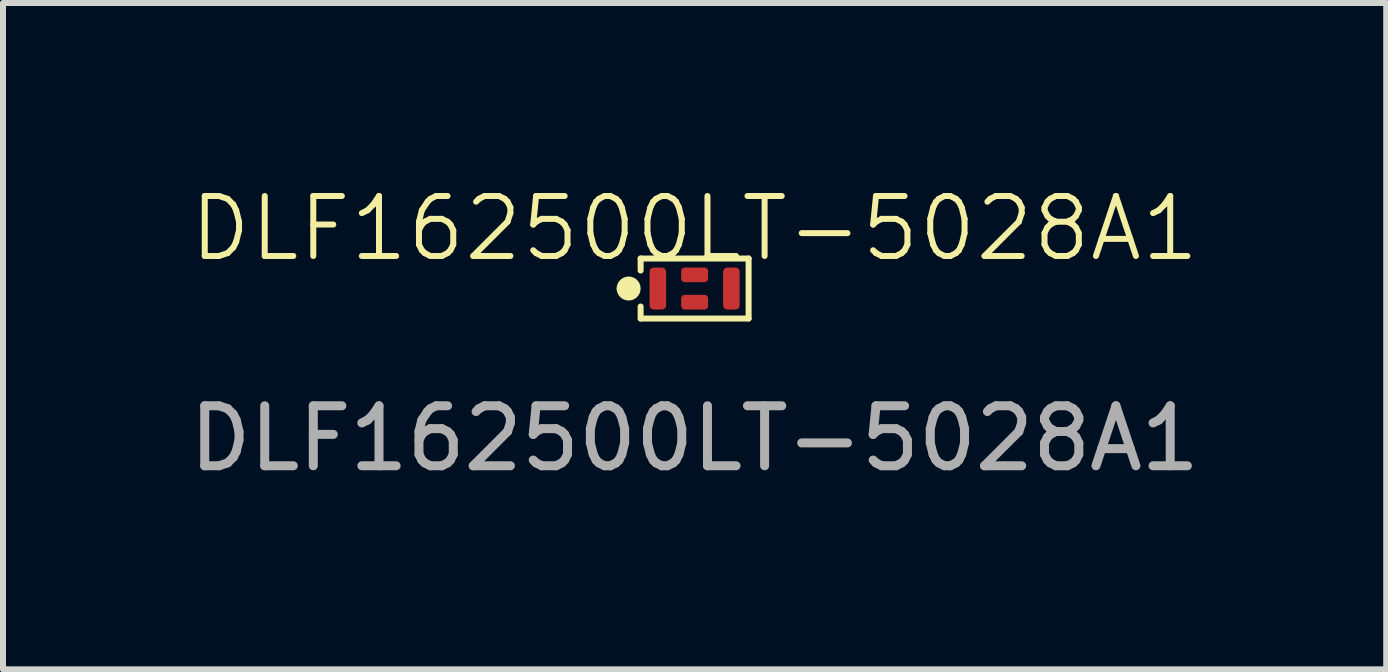
<source format=kicad_pcb>
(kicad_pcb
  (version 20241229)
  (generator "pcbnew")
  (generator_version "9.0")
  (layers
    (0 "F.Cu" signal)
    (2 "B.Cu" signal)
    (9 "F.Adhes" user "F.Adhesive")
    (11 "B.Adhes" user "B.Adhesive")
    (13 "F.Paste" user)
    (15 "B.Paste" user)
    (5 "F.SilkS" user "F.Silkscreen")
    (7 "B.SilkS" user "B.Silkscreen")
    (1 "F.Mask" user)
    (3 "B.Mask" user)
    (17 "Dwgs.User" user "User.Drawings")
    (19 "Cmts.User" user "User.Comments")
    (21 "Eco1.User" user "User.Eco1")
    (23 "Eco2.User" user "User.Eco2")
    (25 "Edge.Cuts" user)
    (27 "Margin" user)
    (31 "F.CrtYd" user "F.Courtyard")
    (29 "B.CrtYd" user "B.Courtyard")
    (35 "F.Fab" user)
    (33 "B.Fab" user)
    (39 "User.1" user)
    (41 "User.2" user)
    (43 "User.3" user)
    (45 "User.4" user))
  (footprint "DLF162500LT-5028A1"
    (layer "F.Cu")
    (at 8.53 1.76)
    (property "Reference" "DLF162500LT-5028A1" (at 0 -1 0) (unlocked yes) (layer "F.SilkS") (effects (font (size 1 1) (thickness 0.1))))
    (attr smd)
    (fp_line (start -0.9 -0.5) (end 0.9 -0.5) (stroke (width 0.1) (type default)) (layer "F.SilkS"))
    (fp_line (start -0.9 -0.3) (end -0.9 -0.5) (stroke (width 0.1) (type default)) (layer "F.SilkS"))
    (fp_line (start -0.9 0.3) (end -0.9 0.5) (stroke (width 0.1) (type default)) (layer "F.SilkS"))
    (fp_line (start 0.9 -0.5) (end 0.9 0.5) (stroke (width 0.1) (type default)) (layer "F.SilkS"))
    (fp_line (start 0.9 0.5) (end -0.9 0.5) (stroke (width 0.1) (type default)) (layer "F.SilkS"))
    (fp_circle (center -1.2 0) (end -1.2 0) (stroke (width 0.1) (type default)) (fill no) (layer "F.SilkS"))
    (fp_circle (center -1.1 0) (end -1 0) (stroke (width 0.2) (type default)) (fill no) (layer "F.SilkS"))
    (fp_text user "${REFERENCE}" (at 0 2.5 0) (unlocked yes) (layer "F.Fab") (effects (font (size 1 1) (thickness 0.15))))
    (pad "1" smd roundrect (at -0.613 0) (size 0.275 0.7) (layers "F.Cu" "F.Mask" "F.Paste") (roundrect_rratio 0.25))
    (pad "2" smd roundrect (at 0 0.228) (size 0.45 0.245) (layers "F.Cu" "F.Mask" "F.Paste") (roundrect_rratio 0.25))
    (pad "2" smd roundrect (at 0.613 0) (size 0.275 0.7) (layers "F.Cu" "F.Mask" "F.Paste") (roundrect_rratio 0.25))
    (pad "4" smd roundrect (at 0 -0.228) (size 0.45 0.245) (layers "F.Cu" "F.Mask" "F.Paste") (roundrect_rratio 0.25)))
  (gr_rect
    (start -3 -3)
    (end 20.06 8.109)
    (stroke (width 0.1) (type default))
    (fill no)
    (layer "Edge.Cuts")))
</source>
